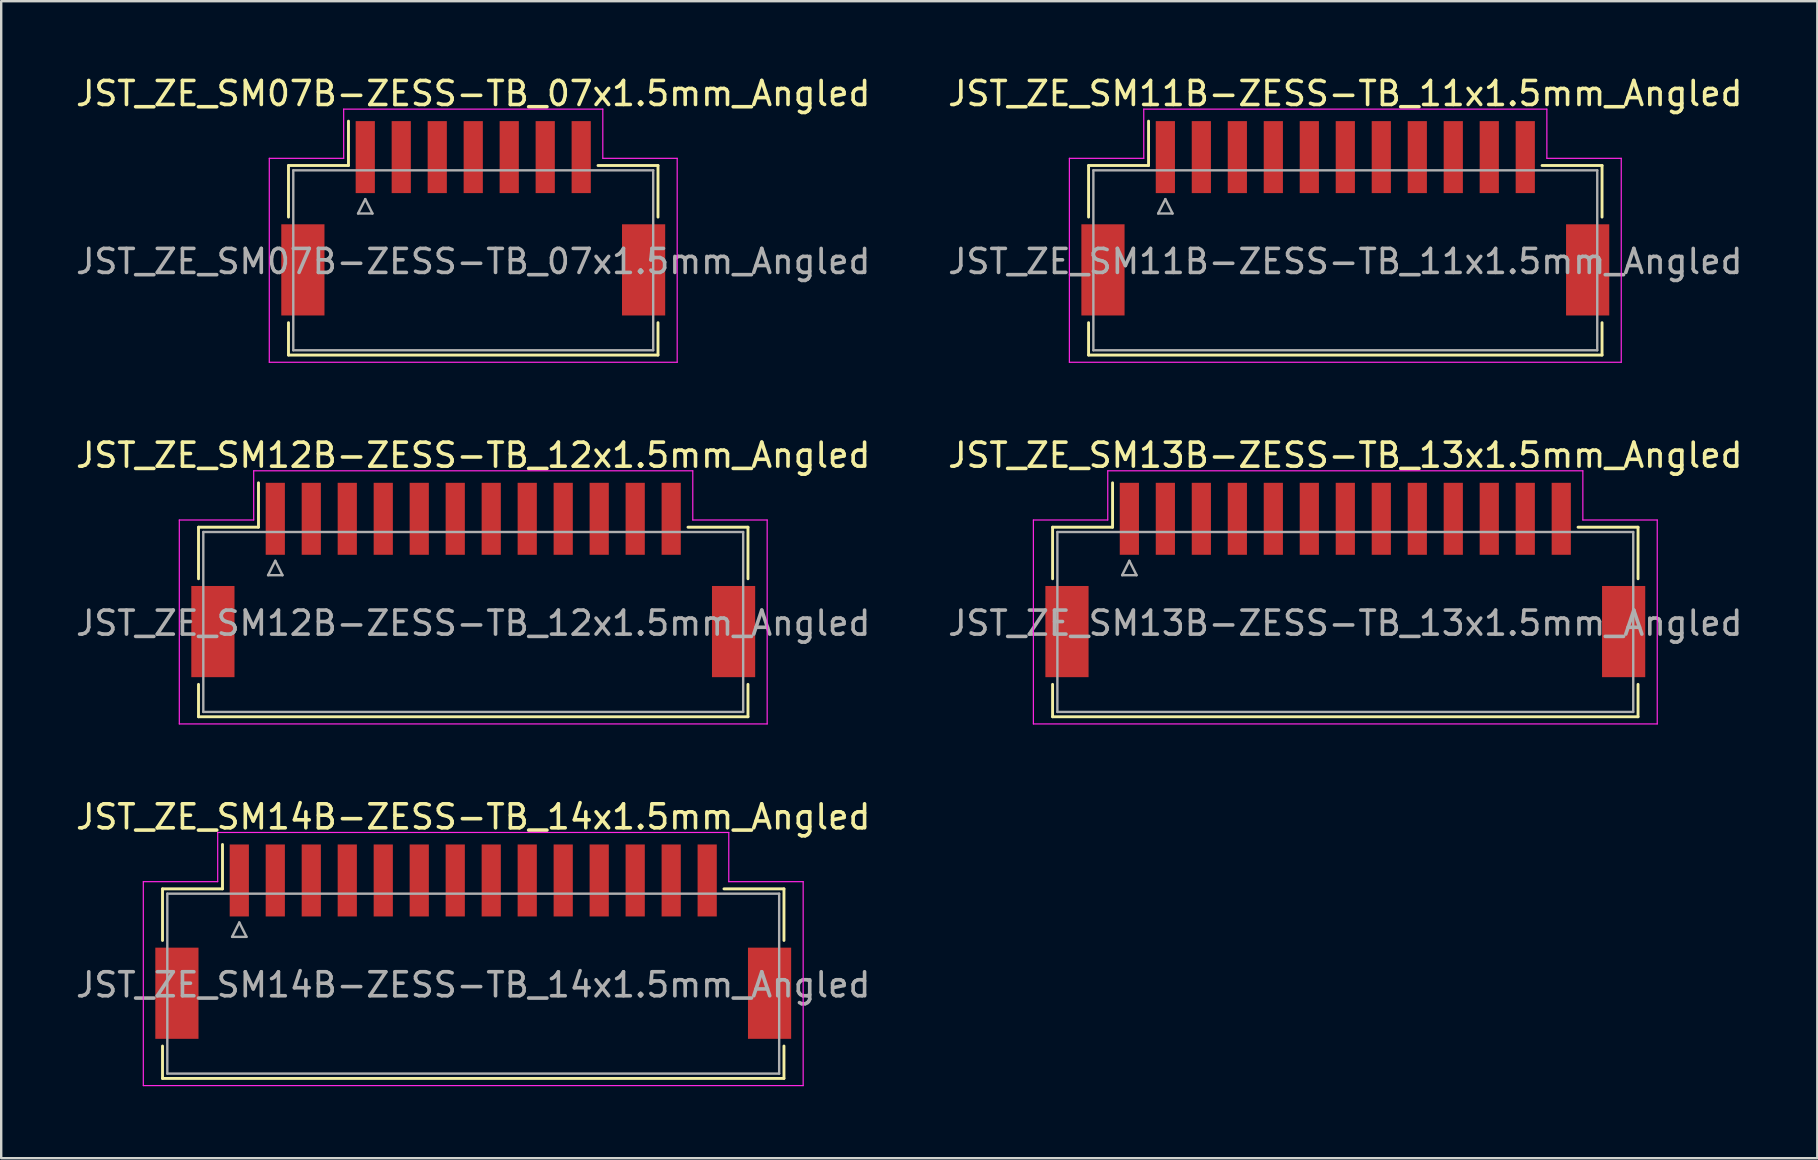
<source format=kicad_pcb>
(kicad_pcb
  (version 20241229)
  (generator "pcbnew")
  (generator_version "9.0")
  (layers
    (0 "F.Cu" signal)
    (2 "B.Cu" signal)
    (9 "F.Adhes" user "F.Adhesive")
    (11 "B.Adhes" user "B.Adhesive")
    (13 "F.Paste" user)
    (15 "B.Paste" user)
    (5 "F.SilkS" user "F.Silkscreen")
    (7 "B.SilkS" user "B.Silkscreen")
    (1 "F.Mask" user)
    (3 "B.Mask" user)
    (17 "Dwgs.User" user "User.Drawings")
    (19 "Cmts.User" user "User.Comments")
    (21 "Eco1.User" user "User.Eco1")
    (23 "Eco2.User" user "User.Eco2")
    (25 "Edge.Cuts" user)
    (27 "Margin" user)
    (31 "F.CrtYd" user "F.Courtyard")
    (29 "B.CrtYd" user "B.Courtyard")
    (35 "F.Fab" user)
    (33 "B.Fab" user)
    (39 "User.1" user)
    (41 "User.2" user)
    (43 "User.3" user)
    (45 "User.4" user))
  (footprint "JST_ZE_SM14B-ZESS-TB_14x1.5mm_Angled"
    (layer "F.Cu")
    (at 16.673 35.995)
    (property "Reference" "JST_ZE_SM14B-ZESS-TB_14x1.5mm_Angled" (at 0 -5 0) (layer "F.SilkS") (effects (font (size 1 1) (thickness 0.15))))
    (attr smd)
    (fp_line (start -12.95 -2) (end -10.45 -2) (stroke (width 0.12) (type solid)) (layer "F.SilkS"))
    (fp_line (start -12.95 0.15) (end -12.95 -2) (stroke (width 0.12) (type solid)) (layer "F.SilkS"))
    (fp_line (start -12.95 4.55) (end -12.95 5.9) (stroke (width 0.12) (type solid)) (layer "F.SilkS"))
    (fp_line (start -12.95 5.9) (end 12.95 5.9) (stroke (width 0.12) (type solid)) (layer "F.SilkS"))
    (fp_line (start -10.45 -2) (end -10.45 -3.85) (stroke (width 0.12) (type solid)) (layer "F.SilkS"))
    (fp_line (start 12.95 -2) (end 10.45 -2) (stroke (width 0.12) (type solid)) (layer "F.SilkS"))
    (fp_line (start 12.95 0.15) (end 12.95 -2) (stroke (width 0.12) (type solid)) (layer "F.SilkS"))
    (fp_line (start 12.95 5.9) (end 12.95 4.55) (stroke (width 0.12) (type solid)) (layer "F.SilkS"))
    (fp_line (start -13.75 -2.3) (end -13.75 6.2) (stroke (width 0.05) (type solid)) (layer "F.CrtYd"))
    (fp_line (start -13.75 6.2) (end 13.75 6.2) (stroke (width 0.05) (type solid)) (layer "F.CrtYd"))
    (fp_line (start -10.65 -4.35) (end -10.65 -2.3) (stroke (width 0.05) (type solid)) (layer "F.CrtYd"))
    (fp_line (start -10.65 -2.3) (end -13.75 -2.3) (stroke (width 0.05) (type solid)) (layer "F.CrtYd"))
    (fp_line (start 10.65 -4.35) (end -10.65 -4.35) (stroke (width 0.05) (type solid)) (layer "F.CrtYd"))
    (fp_line (start 10.65 -2.3) (end 10.65 -4.35) (stroke (width 0.05) (type solid)) (layer "F.CrtYd"))
    (fp_line (start 13.75 -2.3) (end 10.65 -2.3) (stroke (width 0.05) (type solid)) (layer "F.CrtYd"))
    (fp_line (start 13.75 6.2) (end 13.75 -2.3) (stroke (width 0.05) (type solid)) (layer "F.CrtYd"))
    (fp_line (start -12.75 -1.8) (end -12.75 5.7) (stroke (width 0.1) (type solid)) (layer "F.Fab"))
    (fp_line (start -12.75 5.7) (end 12.75 5.7) (stroke (width 0.1) (type solid)) (layer "F.Fab"))
    (fp_line (start -10.05 0) (end -9.45 0) (stroke (width 0.1) (type solid)) (layer "F.Fab"))
    (fp_line (start -9.75 -0.6) (end -10.05 0) (stroke (width 0.1) (type solid)) (layer "F.Fab"))
    (fp_line (start -9.45 0) (end -9.75 -0.6) (stroke (width 0.1) (type solid)) (layer "F.Fab"))
    (fp_line (start 12.75 -1.8) (end -12.75 -1.8) (stroke (width 0.1) (type solid)) (layer "F.Fab"))
    (fp_line (start 12.75 5.7) (end 12.75 -1.8) (stroke (width 0.1) (type solid)) (layer "F.Fab"))
    (fp_text user "${REFERENCE}" (at 0 2 0) (layer "F.Fab") (effects (font (size 1 1) (thickness 0.15))))
    (pad "" smd rect (at -12.35 2.35) (size 1.8 3.8) (layers "F.Cu" "F.Mask" "F.Paste"))
    (pad "" smd rect (at 12.35 2.35) (size 1.8 3.8) (layers "F.Cu" "F.Mask" "F.Paste"))
    (pad "1" smd rect (at -9.75 -2.35) (size 0.8 3) (layers "F.Cu" "F.Mask" "F.Paste"))
    (pad "2" smd rect (at -8.25 -2.35) (size 0.8 3) (layers "F.Cu" "F.Mask" "F.Paste"))
    (pad "3" smd rect (at -6.75 -2.35) (size 0.8 3) (layers "F.Cu" "F.Mask" "F.Paste"))
    (pad "4" smd rect (at -5.25 -2.35) (size 0.8 3) (layers "F.Cu" "F.Mask" "F.Paste"))
    (pad "5" smd rect (at -3.75 -2.35) (size 0.8 3) (layers "F.Cu" "F.Mask" "F.Paste"))
    (pad "6" smd rect (at -2.25 -2.35) (size 0.8 3) (layers "F.Cu" "F.Mask" "F.Paste"))
    (pad "7" smd rect (at -0.75 -2.35) (size 0.8 3) (layers "F.Cu" "F.Mask" "F.Paste"))
    (pad "8" smd rect (at 0.75 -2.35) (size 0.8 3) (layers "F.Cu" "F.Mask" "F.Paste"))
    (pad "9" smd rect (at 2.25 -2.35) (size 0.8 3) (layers "F.Cu" "F.Mask" "F.Paste"))
    (pad "10" smd rect (at 3.75 -2.35) (size 0.8 3) (layers "F.Cu" "F.Mask" "F.Paste"))
    (pad "11" smd rect (at 5.25 -2.35) (size 0.8 3) (layers "F.Cu" "F.Mask" "F.Paste"))
    (pad "12" smd rect (at 6.75 -2.35) (size 0.8 3) (layers "F.Cu" "F.Mask" "F.Paste"))
    (pad "13" smd rect (at 8.25 -2.35) (size 0.8 3) (layers "F.Cu" "F.Mask" "F.Paste"))
    (pad "14" smd rect (at 9.75 -2.35) (size 0.8 3) (layers "F.Cu" "F.Mask" "F.Paste")))
  (footprint "JST_ZE_SM13B-ZESS-TB_13x1.5mm_Angled"
    (layer "F.Cu")
    (at 53.018 20.922)
    (property "Reference" "JST_ZE_SM13B-ZESS-TB_13x1.5mm_Angled" (at 0 -5 0) (layer "F.SilkS") (effects (font (size 1 1) (thickness 0.15))))
    (attr smd)
    (fp_line (start -12.2 -2) (end -9.7 -2) (stroke (width 0.12) (type solid)) (layer "F.SilkS"))
    (fp_line (start -12.2 0.15) (end -12.2 -2) (stroke (width 0.12) (type solid)) (layer "F.SilkS"))
    (fp_line (start -12.2 4.55) (end -12.2 5.9) (stroke (width 0.12) (type solid)) (layer "F.SilkS"))
    (fp_line (start -12.2 5.9) (end 12.2 5.9) (stroke (width 0.12) (type solid)) (layer "F.SilkS"))
    (fp_line (start -9.7 -2) (end -9.7 -3.85) (stroke (width 0.12) (type solid)) (layer "F.SilkS"))
    (fp_line (start 12.2 -2) (end 9.7 -2) (stroke (width 0.12) (type solid)) (layer "F.SilkS"))
    (fp_line (start 12.2 0.15) (end 12.2 -2) (stroke (width 0.12) (type solid)) (layer "F.SilkS"))
    (fp_line (start 12.2 5.9) (end 12.2 4.55) (stroke (width 0.12) (type solid)) (layer "F.SilkS"))
    (fp_line (start -13 -2.3) (end -13 6.2) (stroke (width 0.05) (type solid)) (layer "F.CrtYd"))
    (fp_line (start -13 6.2) (end 13 6.2) (stroke (width 0.05) (type solid)) (layer "F.CrtYd"))
    (fp_line (start -9.9 -4.35) (end -9.9 -2.3) (stroke (width 0.05) (type solid)) (layer "F.CrtYd"))
    (fp_line (start -9.9 -2.3) (end -13 -2.3) (stroke (width 0.05) (type solid)) (layer "F.CrtYd"))
    (fp_line (start 9.9 -4.35) (end -9.9 -4.35) (stroke (width 0.05) (type solid)) (layer "F.CrtYd"))
    (fp_line (start 9.9 -2.3) (end 9.9 -4.35) (stroke (width 0.05) (type solid)) (layer "F.CrtYd"))
    (fp_line (start 13 -2.3) (end 9.9 -2.3) (stroke (width 0.05) (type solid)) (layer "F.CrtYd"))
    (fp_line (start 13 6.2) (end 13 -2.3) (stroke (width 0.05) (type solid)) (layer "F.CrtYd"))
    (fp_line (start -12 -1.8) (end -12 5.7) (stroke (width 0.1) (type solid)) (layer "F.Fab"))
    (fp_line (start -12 5.7) (end 12 5.7) (stroke (width 0.1) (type solid)) (layer "F.Fab"))
    (fp_line (start -9.3 0) (end -8.7 0) (stroke (width 0.1) (type solid)) (layer "F.Fab"))
    (fp_line (start -9 -0.6) (end -9.3 0) (stroke (width 0.1) (type solid)) (layer "F.Fab"))
    (fp_line (start -8.7 0) (end -9 -0.6) (stroke (width 0.1) (type solid)) (layer "F.Fab"))
    (fp_line (start 12 -1.8) (end -12 -1.8) (stroke (width 0.1) (type solid)) (layer "F.Fab"))
    (fp_line (start 12 5.7) (end 12 -1.8) (stroke (width 0.1) (type solid)) (layer "F.Fab"))
    (fp_text user "${REFERENCE}" (at 0 2 0) (layer "F.Fab") (effects (font (size 1 1) (thickness 0.15))))
    (pad "" smd rect (at -11.6 2.35) (size 1.8 3.8) (layers "F.Cu" "F.Mask" "F.Paste"))
    (pad "" smd rect (at 11.6 2.35) (size 1.8 3.8) (layers "F.Cu" "F.Mask" "F.Paste"))
    (pad "1" smd rect (at -9 -2.35) (size 0.8 3) (layers "F.Cu" "F.Mask" "F.Paste"))
    (pad "2" smd rect (at -7.5 -2.35) (size 0.8 3) (layers "F.Cu" "F.Mask" "F.Paste"))
    (pad "3" smd rect (at -6 -2.35) (size 0.8 3) (layers "F.Cu" "F.Mask" "F.Paste"))
    (pad "4" smd rect (at -4.5 -2.35) (size 0.8 3) (layers "F.Cu" "F.Mask" "F.Paste"))
    (pad "5" smd rect (at -3 -2.35) (size 0.8 3) (layers "F.Cu" "F.Mask" "F.Paste"))
    (pad "6" smd rect (at -1.5 -2.35) (size 0.8 3) (layers "F.Cu" "F.Mask" "F.Paste"))
    (pad "7" smd rect (at 0 -2.35) (size 0.8 3) (layers "F.Cu" "F.Mask" "F.Paste"))
    (pad "8" smd rect (at 1.5 -2.35) (size 0.8 3) (layers "F.Cu" "F.Mask" "F.Paste"))
    (pad "9" smd rect (at 3 -2.35) (size 0.8 3) (layers "F.Cu" "F.Mask" "F.Paste"))
    (pad "10" smd rect (at 4.5 -2.35) (size 0.8 3) (layers "F.Cu" "F.Mask" "F.Paste"))
    (pad "11" smd rect (at 6 -2.35) (size 0.8 3) (layers "F.Cu" "F.Mask" "F.Paste"))
    (pad "12" smd rect (at 7.5 -2.35) (size 0.8 3) (layers "F.Cu" "F.Mask" "F.Paste"))
    (pad "13" smd rect (at 9 -2.35) (size 0.8 3) (layers "F.Cu" "F.Mask" "F.Paste")))
  (footprint "JST_ZE_SM12B-ZESS-TB_12x1.5mm_Angled"
    (layer "F.Cu")
    (at 16.673 20.922)
    (property "Reference" "JST_ZE_SM12B-ZESS-TB_12x1.5mm_Angled" (at 0 -5 0) (layer "F.SilkS") (effects (font (size 1 1) (thickness 0.15))))
    (attr smd)
    (fp_line (start -11.45 -2) (end -8.95 -2) (stroke (width 0.12) (type solid)) (layer "F.SilkS"))
    (fp_line (start -11.45 0.15) (end -11.45 -2) (stroke (width 0.12) (type solid)) (layer "F.SilkS"))
    (fp_line (start -11.45 4.55) (end -11.45 5.9) (stroke (width 0.12) (type solid)) (layer "F.SilkS"))
    (fp_line (start -11.45 5.9) (end 11.45 5.9) (stroke (width 0.12) (type solid)) (layer "F.SilkS"))
    (fp_line (start -8.95 -2) (end -8.95 -3.85) (stroke (width 0.12) (type solid)) (layer "F.SilkS"))
    (fp_line (start 11.45 -2) (end 8.95 -2) (stroke (width 0.12) (type solid)) (layer "F.SilkS"))
    (fp_line (start 11.45 0.15) (end 11.45 -2) (stroke (width 0.12) (type solid)) (layer "F.SilkS"))
    (fp_line (start 11.45 5.9) (end 11.45 4.55) (stroke (width 0.12) (type solid)) (layer "F.SilkS"))
    (fp_line (start -12.25 -2.3) (end -12.25 6.2) (stroke (width 0.05) (type solid)) (layer "F.CrtYd"))
    (fp_line (start -12.25 6.2) (end 12.25 6.2) (stroke (width 0.05) (type solid)) (layer "F.CrtYd"))
    (fp_line (start -9.15 -4.35) (end -9.15 -2.3) (stroke (width 0.05) (type solid)) (layer "F.CrtYd"))
    (fp_line (start -9.15 -2.3) (end -12.25 -2.3) (stroke (width 0.05) (type solid)) (layer "F.CrtYd"))
    (fp_line (start 9.15 -4.35) (end -9.15 -4.35) (stroke (width 0.05) (type solid)) (layer "F.CrtYd"))
    (fp_line (start 9.15 -2.3) (end 9.15 -4.35) (stroke (width 0.05) (type solid)) (layer "F.CrtYd"))
    (fp_line (start 12.25 -2.3) (end 9.15 -2.3) (stroke (width 0.05) (type solid)) (layer "F.CrtYd"))
    (fp_line (start 12.25 6.2) (end 12.25 -2.3) (stroke (width 0.05) (type solid)) (layer "F.CrtYd"))
    (fp_line (start -11.25 -1.8) (end -11.25 5.7) (stroke (width 0.1) (type solid)) (layer "F.Fab"))
    (fp_line (start -11.25 5.7) (end 11.25 5.7) (stroke (width 0.1) (type solid)) (layer "F.Fab"))
    (fp_line (start -8.55 0) (end -7.95 0) (stroke (width 0.1) (type solid)) (layer "F.Fab"))
    (fp_line (start -8.25 -0.6) (end -8.55 0) (stroke (width 0.1) (type solid)) (layer "F.Fab"))
    (fp_line (start -7.95 0) (end -8.25 -0.6) (stroke (width 0.1) (type solid)) (layer "F.Fab"))
    (fp_line (start 11.25 -1.8) (end -11.25 -1.8) (stroke (width 0.1) (type solid)) (layer "F.Fab"))
    (fp_line (start 11.25 5.7) (end 11.25 -1.8) (stroke (width 0.1) (type solid)) (layer "F.Fab"))
    (fp_text user "${REFERENCE}" (at 0 2 0) (layer "F.Fab") (effects (font (size 1 1) (thickness 0.15))))
    (pad "" smd rect (at -10.85 2.35) (size 1.8 3.8) (layers "F.Cu" "F.Mask" "F.Paste"))
    (pad "" smd rect (at 10.85 2.35) (size 1.8 3.8) (layers "F.Cu" "F.Mask" "F.Paste"))
    (pad "1" smd rect (at -8.25 -2.35) (size 0.8 3) (layers "F.Cu" "F.Mask" "F.Paste"))
    (pad "2" smd rect (at -6.75 -2.35) (size 0.8 3) (layers "F.Cu" "F.Mask" "F.Paste"))
    (pad "3" smd rect (at -5.25 -2.35) (size 0.8 3) (layers "F.Cu" "F.Mask" "F.Paste"))
    (pad "4" smd rect (at -3.75 -2.35) (size 0.8 3) (layers "F.Cu" "F.Mask" "F.Paste"))
    (pad "5" smd rect (at -2.25 -2.35) (size 0.8 3) (layers "F.Cu" "F.Mask" "F.Paste"))
    (pad "6" smd rect (at -0.75 -2.35) (size 0.8 3) (layers "F.Cu" "F.Mask" "F.Paste"))
    (pad "7" smd rect (at 0.75 -2.35) (size 0.8 3) (layers "F.Cu" "F.Mask" "F.Paste"))
    (pad "8" smd rect (at 2.25 -2.35) (size 0.8 3) (layers "F.Cu" "F.Mask" "F.Paste"))
    (pad "9" smd rect (at 3.75 -2.35) (size 0.8 3) (layers "F.Cu" "F.Mask" "F.Paste"))
    (pad "10" smd rect (at 5.25 -2.35) (size 0.8 3) (layers "F.Cu" "F.Mask" "F.Paste"))
    (pad "11" smd rect (at 6.75 -2.35) (size 0.8 3) (layers "F.Cu" "F.Mask" "F.Paste"))
    (pad "12" smd rect (at 8.25 -2.35) (size 0.8 3) (layers "F.Cu" "F.Mask" "F.Paste")))
  (footprint "JST_ZE_SM07B-ZESS-TB_07x1.5mm_Angled"
    (layer "F.Cu")
    (at 16.673 5.848)
    (property "Reference" "JST_ZE_SM07B-ZESS-TB_07x1.5mm_Angled" (at 0 -5 0) (layer "F.SilkS") (effects (font (size 1 1) (thickness 0.15))))
    (attr smd)
    (fp_line (start -7.7 -2) (end -5.2 -2) (stroke (width 0.12) (type solid)) (layer "F.SilkS"))
    (fp_line (start -7.7 0.15) (end -7.7 -2) (stroke (width 0.12) (type solid)) (layer "F.SilkS"))
    (fp_line (start -7.7 4.55) (end -7.7 5.9) (stroke (width 0.12) (type solid)) (layer "F.SilkS"))
    (fp_line (start -7.7 5.9) (end 7.7 5.9) (stroke (width 0.12) (type solid)) (layer "F.SilkS"))
    (fp_line (start -5.2 -2) (end -5.2 -3.85) (stroke (width 0.12) (type solid)) (layer "F.SilkS"))
    (fp_line (start 7.7 -2) (end 5.2 -2) (stroke (width 0.12) (type solid)) (layer "F.SilkS"))
    (fp_line (start 7.7 0.15) (end 7.7 -2) (stroke (width 0.12) (type solid)) (layer "F.SilkS"))
    (fp_line (start 7.7 5.9) (end 7.7 4.55) (stroke (width 0.12) (type solid)) (layer "F.SilkS"))
    (fp_line (start -8.5 -2.3) (end -8.5 6.2) (stroke (width 0.05) (type solid)) (layer "F.CrtYd"))
    (fp_line (start -8.5 6.2) (end 8.5 6.2) (stroke (width 0.05) (type solid)) (layer "F.CrtYd"))
    (fp_line (start -5.4 -4.35) (end -5.4 -2.3) (stroke (width 0.05) (type solid)) (layer "F.CrtYd"))
    (fp_line (start -5.4 -2.3) (end -8.5 -2.3) (stroke (width 0.05) (type solid)) (layer "F.CrtYd"))
    (fp_line (start 5.4 -4.35) (end -5.4 -4.35) (stroke (width 0.05) (type solid)) (layer "F.CrtYd"))
    (fp_line (start 5.4 -2.3) (end 5.4 -4.35) (stroke (width 0.05) (type solid)) (layer "F.CrtYd"))
    (fp_line (start 8.5 -2.3) (end 5.4 -2.3) (stroke (width 0.05) (type solid)) (layer "F.CrtYd"))
    (fp_line (start 8.5 6.2) (end 8.5 -2.3) (stroke (width 0.05) (type solid)) (layer "F.CrtYd"))
    (fp_line (start -7.5 -1.8) (end -7.5 5.7) (stroke (width 0.1) (type solid)) (layer "F.Fab"))
    (fp_line (start -7.5 5.7) (end 7.5 5.7) (stroke (width 0.1) (type solid)) (layer "F.Fab"))
    (fp_line (start -4.8 0) (end -4.2 0) (stroke (width 0.1) (type solid)) (layer "F.Fab"))
    (fp_line (start -4.5 -0.6) (end -4.8 0) (stroke (width 0.1) (type solid)) (layer "F.Fab"))
    (fp_line (start -4.2 0) (end -4.5 -0.6) (stroke (width 0.1) (type solid)) (layer "F.Fab"))
    (fp_line (start 7.5 -1.8) (end -7.5 -1.8) (stroke (width 0.1) (type solid)) (layer "F.Fab"))
    (fp_line (start 7.5 5.7) (end 7.5 -1.8) (stroke (width 0.1) (type solid)) (layer "F.Fab"))
    (fp_text user "${REFERENCE}" (at 0 2 0) (layer "F.Fab") (effects (font (size 1 1) (thickness 0.15))))
    (pad "" smd rect (at -7.1 2.35) (size 1.8 3.8) (layers "F.Cu" "F.Mask" "F.Paste"))
    (pad "" smd rect (at 7.1 2.35) (size 1.8 3.8) (layers "F.Cu" "F.Mask" "F.Paste"))
    (pad "1" smd rect (at -4.5 -2.35) (size 0.8 3) (layers "F.Cu" "F.Mask" "F.Paste"))
    (pad "2" smd rect (at -3 -2.35) (size 0.8 3) (layers "F.Cu" "F.Mask" "F.Paste"))
    (pad "3" smd rect (at -1.5 -2.35) (size 0.8 3) (layers "F.Cu" "F.Mask" "F.Paste"))
    (pad "4" smd rect (at 0 -2.35) (size 0.8 3) (layers "F.Cu" "F.Mask" "F.Paste"))
    (pad "5" smd rect (at 1.5 -2.35) (size 0.8 3) (layers "F.Cu" "F.Mask" "F.Paste"))
    (pad "6" smd rect (at 3 -2.35) (size 0.8 3) (layers "F.Cu" "F.Mask" "F.Paste"))
    (pad "7" smd rect (at 4.5 -2.35) (size 0.8 3) (layers "F.Cu" "F.Mask" "F.Paste")))
  (footprint "JST_ZE_SM11B-ZESS-TB_11x1.5mm_Angled"
    (layer "F.Cu")
    (at 53.018 5.848)
    (property "Reference" "JST_ZE_SM11B-ZESS-TB_11x1.5mm_Angled" (at 0 -5 0) (layer "F.SilkS") (effects (font (size 1 1) (thickness 0.15))))
    (attr smd)
    (fp_line (start -10.7 -2) (end -8.2 -2) (stroke (width 0.12) (type solid)) (layer "F.SilkS"))
    (fp_line (start -10.7 0.15) (end -10.7 -2) (stroke (width 0.12) (type solid)) (layer "F.SilkS"))
    (fp_line (start -10.7 4.55) (end -10.7 5.9) (stroke (width 0.12) (type solid)) (layer "F.SilkS"))
    (fp_line (start -10.7 5.9) (end 10.7 5.9) (stroke (width 0.12) (type solid)) (layer "F.SilkS"))
    (fp_line (start -8.2 -2) (end -8.2 -3.85) (stroke (width 0.12) (type solid)) (layer "F.SilkS"))
    (fp_line (start 10.7 -2) (end 8.2 -2) (stroke (width 0.12) (type solid)) (layer "F.SilkS"))
    (fp_line (start 10.7 0.15) (end 10.7 -2) (stroke (width 0.12) (type solid)) (layer "F.SilkS"))
    (fp_line (start 10.7 5.9) (end 10.7 4.55) (stroke (width 0.12) (type solid)) (layer "F.SilkS"))
    (fp_line (start -11.5 -2.3) (end -11.5 6.2) (stroke (width 0.05) (type solid)) (layer "F.CrtYd"))
    (fp_line (start -11.5 6.2) (end 11.5 6.2) (stroke (width 0.05) (type solid)) (layer "F.CrtYd"))
    (fp_line (start -8.4 -4.35) (end -8.4 -2.3) (stroke (width 0.05) (type solid)) (layer "F.CrtYd"))
    (fp_line (start -8.4 -2.3) (end -11.5 -2.3) (stroke (width 0.05) (type solid)) (layer "F.CrtYd"))
    (fp_line (start 8.4 -4.35) (end -8.4 -4.35) (stroke (width 0.05) (type solid)) (layer "F.CrtYd"))
    (fp_line (start 8.4 -2.3) (end 8.4 -4.35) (stroke (width 0.05) (type solid)) (layer "F.CrtYd"))
    (fp_line (start 11.5 -2.3) (end 8.4 -2.3) (stroke (width 0.05) (type solid)) (layer "F.CrtYd"))
    (fp_line (start 11.5 6.2) (end 11.5 -2.3) (stroke (width 0.05) (type solid)) (layer "F.CrtYd"))
    (fp_line (start -10.5 -1.8) (end -10.5 5.7) (stroke (width 0.1) (type solid)) (layer "F.Fab"))
    (fp_line (start -10.5 5.7) (end 10.5 5.7) (stroke (width 0.1) (type solid)) (layer "F.Fab"))
    (fp_line (start -7.8 0) (end -7.2 0) (stroke (width 0.1) (type solid)) (layer "F.Fab"))
    (fp_line (start -7.5 -0.6) (end -7.8 0) (stroke (width 0.1) (type solid)) (layer "F.Fab"))
    (fp_line (start -7.2 0) (end -7.5 -0.6) (stroke (width 0.1) (type solid)) (layer "F.Fab"))
    (fp_line (start 10.5 -1.8) (end -10.5 -1.8) (stroke (width 0.1) (type solid)) (layer "F.Fab"))
    (fp_line (start 10.5 5.7) (end 10.5 -1.8) (stroke (width 0.1) (type solid)) (layer "F.Fab"))
    (fp_text user "${REFERENCE}" (at 0 2 0) (layer "F.Fab") (effects (font (size 1 1) (thickness 0.15))))
    (pad "" smd rect (at -10.1 2.35) (size 1.8 3.8) (layers "F.Cu" "F.Mask" "F.Paste"))
    (pad "" smd rect (at 10.1 2.35) (size 1.8 3.8) (layers "F.Cu" "F.Mask" "F.Paste"))
    (pad "1" smd rect (at -7.5 -2.35) (size 0.8 3) (layers "F.Cu" "F.Mask" "F.Paste"))
    (pad "2" smd rect (at -6 -2.35) (size 0.8 3) (layers "F.Cu" "F.Mask" "F.Paste"))
    (pad "3" smd rect (at -4.5 -2.35) (size 0.8 3) (layers "F.Cu" "F.Mask" "F.Paste"))
    (pad "4" smd rect (at -3 -2.35) (size 0.8 3) (layers "F.Cu" "F.Mask" "F.Paste"))
    (pad "5" smd rect (at -1.5 -2.35) (size 0.8 3) (layers "F.Cu" "F.Mask" "F.Paste"))
    (pad "6" smd rect (at 0 -2.35) (size 0.8 3) (layers "F.Cu" "F.Mask" "F.Paste"))
    (pad "7" smd rect (at 1.5 -2.35) (size 0.8 3) (layers "F.Cu" "F.Mask" "F.Paste"))
    (pad "8" smd rect (at 3 -2.35) (size 0.8 3) (layers "F.Cu" "F.Mask" "F.Paste"))
    (pad "9" smd rect (at 4.5 -2.35) (size 0.8 3) (layers "F.Cu" "F.Mask" "F.Paste"))
    (pad "10" smd rect (at 6 -2.35) (size 0.8 3) (layers "F.Cu" "F.Mask" "F.Paste"))
    (pad "11" smd rect (at 7.5 -2.35) (size 0.8 3) (layers "F.Cu" "F.Mask" "F.Paste")))
  (gr_rect
    (start -3 -3)
    (end 72.69 45.22)
    (stroke (width 0.1) (type default))
    (fill no)
    (layer "Edge.Cuts")))
</source>
